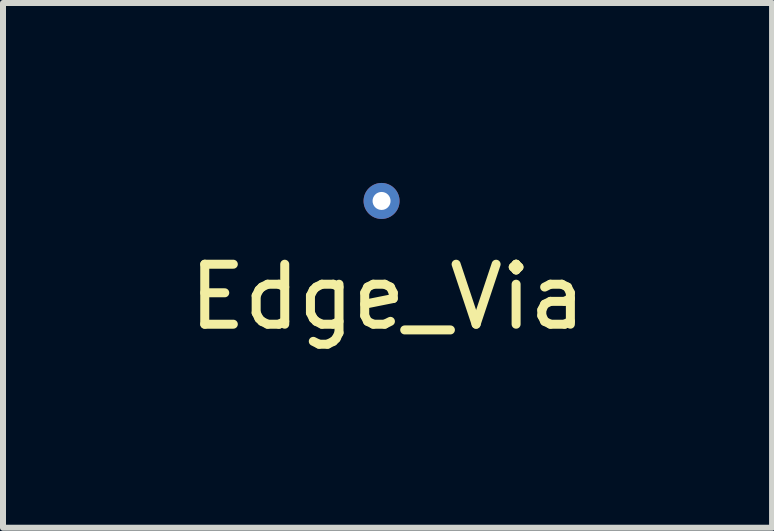
<source format=kicad_pcb>
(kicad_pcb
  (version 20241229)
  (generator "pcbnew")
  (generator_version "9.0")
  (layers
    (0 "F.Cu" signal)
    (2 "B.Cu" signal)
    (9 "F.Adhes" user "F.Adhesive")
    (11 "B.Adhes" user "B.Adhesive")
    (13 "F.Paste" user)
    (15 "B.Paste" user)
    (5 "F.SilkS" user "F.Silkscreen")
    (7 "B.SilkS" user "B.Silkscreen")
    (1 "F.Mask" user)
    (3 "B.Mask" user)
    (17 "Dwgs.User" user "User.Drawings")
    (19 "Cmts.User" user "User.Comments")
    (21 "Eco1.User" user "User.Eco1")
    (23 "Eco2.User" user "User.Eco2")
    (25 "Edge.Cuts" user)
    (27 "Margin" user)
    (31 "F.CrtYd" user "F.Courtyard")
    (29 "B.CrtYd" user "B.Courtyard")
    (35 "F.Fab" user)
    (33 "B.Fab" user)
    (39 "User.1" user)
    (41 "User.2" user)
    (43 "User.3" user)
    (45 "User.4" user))
  (footprint "Edge_Via"
    (layer "F.Cu")
    (at 3.311 0.3)
    (property "Reference" "Edge_Via" (at 0.1 1.6 0) (layer "F.SilkS") (effects (font (size 1 1) (thickness 0.15))))
    (attr through_hole)
    (pad "1" thru_hole circle (at 0 0) (size 0.6 0.6) (drill 0.3) (layers "*.Cu")))
  (gr_rect
    (start -3 -3)
    (end 9.821 5.748)
    (stroke (width 0.1) (type default))
    (fill no)
    (layer "Edge.Cuts")))
</source>
